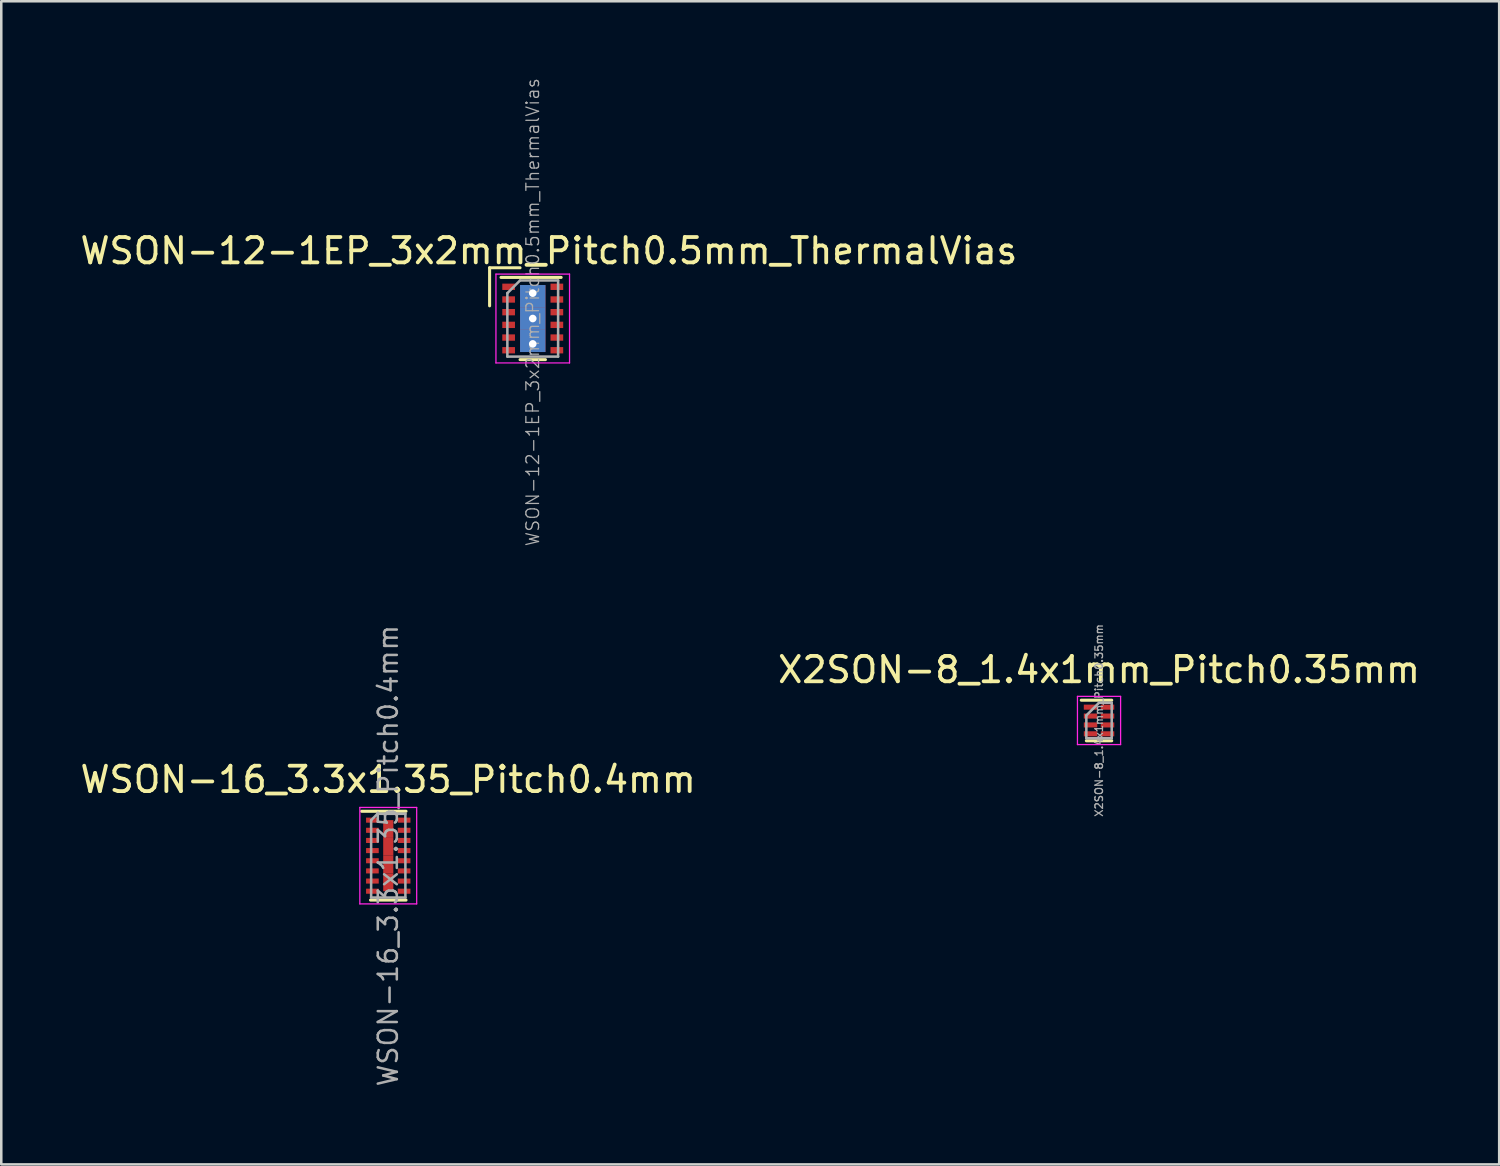
<source format=kicad_pcb>
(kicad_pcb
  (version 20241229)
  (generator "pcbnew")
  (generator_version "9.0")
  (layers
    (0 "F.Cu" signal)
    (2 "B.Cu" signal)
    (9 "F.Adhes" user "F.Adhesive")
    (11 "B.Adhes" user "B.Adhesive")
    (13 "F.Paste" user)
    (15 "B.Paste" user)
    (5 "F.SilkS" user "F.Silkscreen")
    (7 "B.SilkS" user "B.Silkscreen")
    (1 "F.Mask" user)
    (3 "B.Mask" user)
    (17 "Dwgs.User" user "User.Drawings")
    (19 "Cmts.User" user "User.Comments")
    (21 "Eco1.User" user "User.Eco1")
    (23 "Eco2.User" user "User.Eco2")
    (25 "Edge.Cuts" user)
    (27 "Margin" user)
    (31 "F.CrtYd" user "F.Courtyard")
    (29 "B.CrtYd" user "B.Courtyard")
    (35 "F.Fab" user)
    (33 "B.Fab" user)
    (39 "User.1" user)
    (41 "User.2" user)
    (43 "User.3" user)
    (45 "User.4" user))
  (footprint "X2SON-8_1.4x1mm_Pitch0.35mm"
    (layer "F.Cu")
    (at 40.256 25.34)
    (property "Reference" "X2SON-8_1.4x1mm_Pitch0.35mm" (at 0 -2 0) (layer "F.SilkS") (effects (font (size 1 1) (thickness 0.15))))
    (attr smd)
    (fp_line (start 0.5 -0.8) (end -0.7 -0.8) (stroke (width 0.12) (type solid)) (layer "F.SilkS"))
    (fp_line (start 0.5 0.8) (end -0.5 0.8) (stroke (width 0.12) (type solid)) (layer "F.SilkS"))
    (fp_line (start -0.85 -0.95) (end 0.85 -0.95) (stroke (width 0.05) (type solid)) (layer "F.CrtYd"))
    (fp_line (start -0.85 0.95) (end -0.85 -0.95) (stroke (width 0.05) (type solid)) (layer "F.CrtYd"))
    (fp_line (start 0.85 -0.95) (end 0.85 0.95) (stroke (width 0.05) (type solid)) (layer "F.CrtYd"))
    (fp_line (start 0.85 0.95) (end -0.85 0.95) (stroke (width 0.05) (type solid)) (layer "F.CrtYd"))
    (fp_line (start -0.5 0.7) (end -0.5 -0.2) (stroke (width 0.1) (type solid)) (layer "F.Fab"))
    (fp_line (start 0 -0.7) (end -0.5 -0.2) (stroke (width 0.1) (type solid)) (layer "F.Fab"))
    (fp_line (start 0 -0.7) (end 0.5 -0.7) (stroke (width 0.1) (type solid)) (layer "F.Fab"))
    (fp_line (start 0.5 -0.7) (end 0.5 0.7) (stroke (width 0.1) (type solid)) (layer "F.Fab"))
    (fp_line (start 0.5 0.7) (end -0.5 0.7) (stroke (width 0.1) (type solid)) (layer "F.Fab"))
    (fp_text user "${REFERENCE}" (at 0 0 90) (layer "F.Fab") (effects (font (size 0.3 0.3) (thickness 0.05))))
    (pad "1" smd rect (at -0.335 -0.525 270) (size 0.2 0.53) (layers "F.Cu" "F.Mask" "F.Paste"))
    (pad "2" smd rect (at -0.335 -0.175 270) (size 0.2 0.53) (layers "F.Cu" "F.Mask" "F.Paste"))
    (pad "3" smd rect (at -0.335 0.175 270) (size 0.2 0.53) (layers "F.Cu" "F.Mask" "F.Paste"))
    (pad "4" smd rect (at -0.335 0.525 270) (size 0.2 0.53) (layers "F.Cu" "F.Mask" "F.Paste"))
    (pad "5" smd rect (at 0.335 0.525 270) (size 0.2 0.53) (layers "F.Cu" "F.Mask" "F.Paste"))
    (pad "6" smd rect (at 0.335 0.175 270) (size 0.2 0.53) (layers "F.Cu" "F.Mask" "F.Paste"))
    (pad "7" smd rect (at 0.335 -0.175 270) (size 0.2 0.53) (layers "F.Cu" "F.Mask" "F.Paste"))
    (pad "8" smd rect (at 0.335 -0.525 270) (size 0.2 0.53) (layers "F.Cu" "F.Mask" "F.Paste")))
  (footprint "WSON-16_3.3x1.35_Pitch0.4mm"
    (layer "F.Cu")
    (at 12.249 30.667)
    (property "Reference" "WSON-16_3.3x1.35_Pitch0.4mm" (at -0.005 -3 0) (layer "F.SilkS") (effects (font (size 1 1) (thickness 0.15))))
    (attr smd)
    (fp_line (start 0.7 -1.75) (end -1.05 -1.75) (stroke (width 0.12) (type solid)) (layer "F.SilkS"))
    (fp_line (start 0.7 1.75) (end -0.7 1.75) (stroke (width 0.12) (type solid)) (layer "F.SilkS"))
    (fp_line (start -1.12 -1.9) (end 1.12 -1.9) (stroke (width 0.05) (type solid)) (layer "F.CrtYd"))
    (fp_line (start -1.12 1.9) (end -1.12 -1.9) (stroke (width 0.05) (type solid)) (layer "F.CrtYd"))
    (fp_line (start 1.12 -1.9) (end 1.12 1.9) (stroke (width 0.05) (type solid)) (layer "F.CrtYd"))
    (fp_line (start 1.12 1.9) (end -1.12 1.9) (stroke (width 0.05) (type solid)) (layer "F.CrtYd"))
    (fp_line (start -0.675 1.65) (end -0.675 -1.4) (stroke (width 0.1) (type solid)) (layer "F.Fab"))
    (fp_line (start -0.425 -1.65) (end -0.675 -1.4) (stroke (width 0.1) (type solid)) (layer "F.Fab"))
    (fp_line (start -0.425 -1.65) (end 0.675 -1.65) (stroke (width 0.1) (type solid)) (layer "F.Fab"))
    (fp_line (start 0.675 -1.65) (end 0.675 1.65) (stroke (width 0.1) (type solid)) (layer "F.Fab"))
    (fp_line (start 0.675 1.65) (end -0.675 1.65) (stroke (width 0.1) (type solid)) (layer "F.Fab"))
    (fp_text user "${REFERENCE}" (at -0.005 0 90) (layer "F.Fab") (effects (font (size 0.75 0.75) (thickness 0.1))))
    (pad "1" smd rect (at -0.625 -1.4 270) (size 0.2 0.5) (layers "F.Cu" "F.Mask" "F.Paste"))
    (pad "2" smd rect (at -0.625 -1 270) (size 0.2 0.5) (layers "F.Cu" "F.Mask" "F.Paste"))
    (pad "3" smd rect (at -0.625 -0.6 270) (size 0.2 0.5) (layers "F.Cu" "F.Mask" "F.Paste"))
    (pad "4" smd rect (at -0.625 -0.2 270) (size 0.2 0.5) (layers "F.Cu" "F.Mask" "F.Paste"))
    (pad "5" smd rect (at -0.625 0.2 270) (size 0.2 0.5) (layers "F.Cu" "F.Mask" "F.Paste"))
    (pad "6" smd rect (at -0.625 0.6 270) (size 0.2 0.5) (layers "F.Cu" "F.Mask" "F.Paste"))
    (pad "7" smd rect (at -0.625 1 270) (size 0.2 0.5) (layers "F.Cu" "F.Mask" "F.Paste"))
    (pad "8" smd rect (at -0.625 1.4 270) (size 0.2 0.5) (layers "F.Cu" "F.Mask" "F.Paste"))
    (pad "9" smd rect (at 0.625 1.4 270) (size 0.2 0.5) (layers "F.Cu" "F.Mask" "F.Paste"))
    (pad "10" smd rect (at 0.625 1 270) (size 0.2 0.5) (layers "F.Cu" "F.Mask" "F.Paste"))
    (pad "11" smd rect (at 0.625 0.6 270) (size 0.2 0.5) (layers "F.Cu" "F.Mask" "F.Paste"))
    (pad "12" smd rect (at 0.625 0.2 270) (size 0.2 0.5) (layers "F.Cu" "F.Mask" "F.Paste"))
    (pad "13" smd rect (at 0.625 -0.2 270) (size 0.2 0.5) (layers "F.Cu" "F.Mask" "F.Paste"))
    (pad "14" smd rect (at 0.625 -0.6 270) (size 0.2 0.5) (layers "F.Cu" "F.Mask" "F.Paste"))
    (pad "15" smd rect (at 0.625 -1 270) (size 0.2 0.5) (layers "F.Cu" "F.Mask" "F.Paste"))
    (pad "16" smd rect (at 0.625 -1.4 270) (size 0.2 0.5) (layers "F.Cu" "F.Mask" "F.Paste"))
    (pad "17" smd rect (at 0 -1.05 270) (size 0.7 0.4) (layers "F.Cu" "F.Mask" "F.Paste"))
    (pad "17" smd rect (at 0 -0.35 270) (size 0.7 0.4) (layers "F.Cu" "F.Mask" "F.Paste"))
    (pad "17" smd rect (at 0 0.35 270) (size 0.7 0.4) (layers "F.Cu" "F.Mask" "F.Paste"))
    (pad "17" smd rect (at 0 1.05 270) (size 0.7 0.4) (layers "F.Cu" "F.Mask" "F.Paste")))
  (footprint "WSON-12-1EP_3x2mm_Pitch0.5mm_ThermalVias"
    (layer "F.Cu")
    (at 17.942 9.501)
    (property "Reference" "WSON-12-1EP_3x2mm_Pitch0.5mm_ThermalVias" (at 0.635 -2.667 0) (layer "F.SilkS") (effects (font (size 1 1) (thickness 0.15))))
    (attr smd)
    (fp_line (start -1.7 -2) (end -0.5 -2) (stroke (width 0.12) (type solid)) (layer "F.SilkS"))
    (fp_line (start -1.7 -0.5) (end -1.7 -2) (stroke (width 0.12) (type solid)) (layer "F.SilkS"))
    (fp_line (start -1.25 -1.62) (end 1.12 -1.62) (stroke (width 0.12) (type solid)) (layer "F.SilkS"))
    (fp_line (start 0.5 1.62) (end -0.5 1.62) (stroke (width 0.12) (type solid)) (layer "F.SilkS"))
    (fp_line (start -1.45 -1.75) (end 1.45 -1.75) (stroke (width 0.05) (type solid)) (layer "F.CrtYd"))
    (fp_line (start -1.45 1.75) (end -1.45 -1.75) (stroke (width 0.05) (type solid)) (layer "F.CrtYd"))
    (fp_line (start 1.45 -1.75) (end 1.45 1.75) (stroke (width 0.05) (type solid)) (layer "F.CrtYd"))
    (fp_line (start 1.45 1.75) (end -1.45 1.75) (stroke (width 0.05) (type solid)) (layer "F.CrtYd"))
    (fp_line (start -1 -1) (end -0.5 -1.5) (stroke (width 0.1) (type solid)) (layer "F.Fab"))
    (fp_line (start -1 1.5) (end -1 -1) (stroke (width 0.1) (type solid)) (layer "F.Fab"))
    (fp_line (start -0.5 -1.5) (end 1 -1.5) (stroke (width 0.1) (type solid)) (layer "F.Fab"))
    (fp_line (start 1 -1.5) (end 1 1.5) (stroke (width 0.1) (type solid)) (layer "F.Fab"))
    (fp_line (start 1 1.5) (end -1 1.5) (stroke (width 0.1) (type solid)) (layer "F.Fab"))
    (fp_text user "${REFERENCE}" (at 0 -0.25 90) (layer "F.Fab") (effects (font (size 0.5 0.5) (thickness 0.05))))
    (pad "1" smd rect (at -0.95 -1.25) (size 0.5 0.25) (layers "F.Cu" "F.Mask" "F.Paste"))
    (pad "2" smd rect (at -0.95 -0.75) (size 0.5 0.25) (layers "F.Cu" "F.Mask" "F.Paste"))
    (pad "3" smd rect (at -0.95 -0.25) (size 0.5 0.25) (layers "F.Cu" "F.Mask" "F.Paste"))
    (pad "4" smd rect (at -0.95 0.25) (size 0.5 0.25) (layers "F.Cu" "F.Mask" "F.Paste"))
    (pad "5" smd rect (at -0.95 0.75) (size 0.5 0.25) (layers "F.Cu" "F.Mask" "F.Paste"))
    (pad "6" smd rect (at -0.95 1.25) (size 0.5 0.25) (layers "F.Cu" "F.Mask" "F.Paste"))
    (pad "7" smd rect (at 0.95 1.25) (size 0.5 0.25) (layers "F.Cu" "F.Mask" "F.Paste"))
    (pad "8" smd rect (at 0.95 0.75) (size 0.5 0.25) (layers "F.Cu" "F.Mask" "F.Paste"))
    (pad "9" smd rect (at 0.95 0.25) (size 0.5 0.25) (layers "F.Cu" "F.Mask" "F.Paste"))
    (pad "10" smd rect (at 0.95 -0.25) (size 0.5 0.25) (layers "F.Cu" "F.Mask" "F.Paste"))
    (pad "11" smd rect (at 0.95 -0.75) (size 0.5 0.25) (layers "F.Cu" "F.Mask" "F.Paste"))
    (pad "12" smd rect (at 0.95 -1.25) (size 0.5 0.25) (layers "F.Cu" "F.Mask" "F.Paste"))
    (pad "13" thru_hole circle (at 0 -1 90) (size 0.6 0.6) (drill 0.3) (layers "*.Cu" "*.Mask"))
    (pad "13" smd rect (at 0 -0.88) (size 1 0.88) (layers "F.Cu" "F.Mask"))
    (pad "13" smd rect (at 0 -0.88) (size 1 0.88) (layers "B.Cu" "B.Mask"))
    (pad "13" smd rect (at 0 -0.685) (size 0.95 1.17) (layers "F.Cu" "F.Mask" "F.Paste"))
    (pad "13" thru_hole circle (at 0 0) (size 0.6 0.6) (drill 0.3) (layers "*.Cu" "*.Mask"))
    (pad "13" smd rect (at 0 0) (size 1 0.89) (layers "F.Cu"))
    (pad "13" smd rect (at 0 0) (size 1 0.89) (layers "B.Cu" "B.Mask"))
    (pad "13" smd rect (at 0 0.685) (size 0.95 1.17) (layers "F.Cu" "B.Mask" "F.Paste"))
    (pad "13" smd rect (at 0 0.88) (size 1 0.88) (layers "F.Cu"))
    (pad "13" smd rect (at 0 0.88) (size 1 0.88) (layers "B.Cu" "B.Mask"))
    (pad "13" thru_hole circle (at 0 1) (size 0.6 0.6) (drill 0.3) (layers "*.Cu" "*.Mask")))
  (gr_rect
    (start -3 -3)
    (end 56.024 42.831)
    (stroke (width 0.1) (type default))
    (fill no)
    (layer "Edge.Cuts")))
</source>
